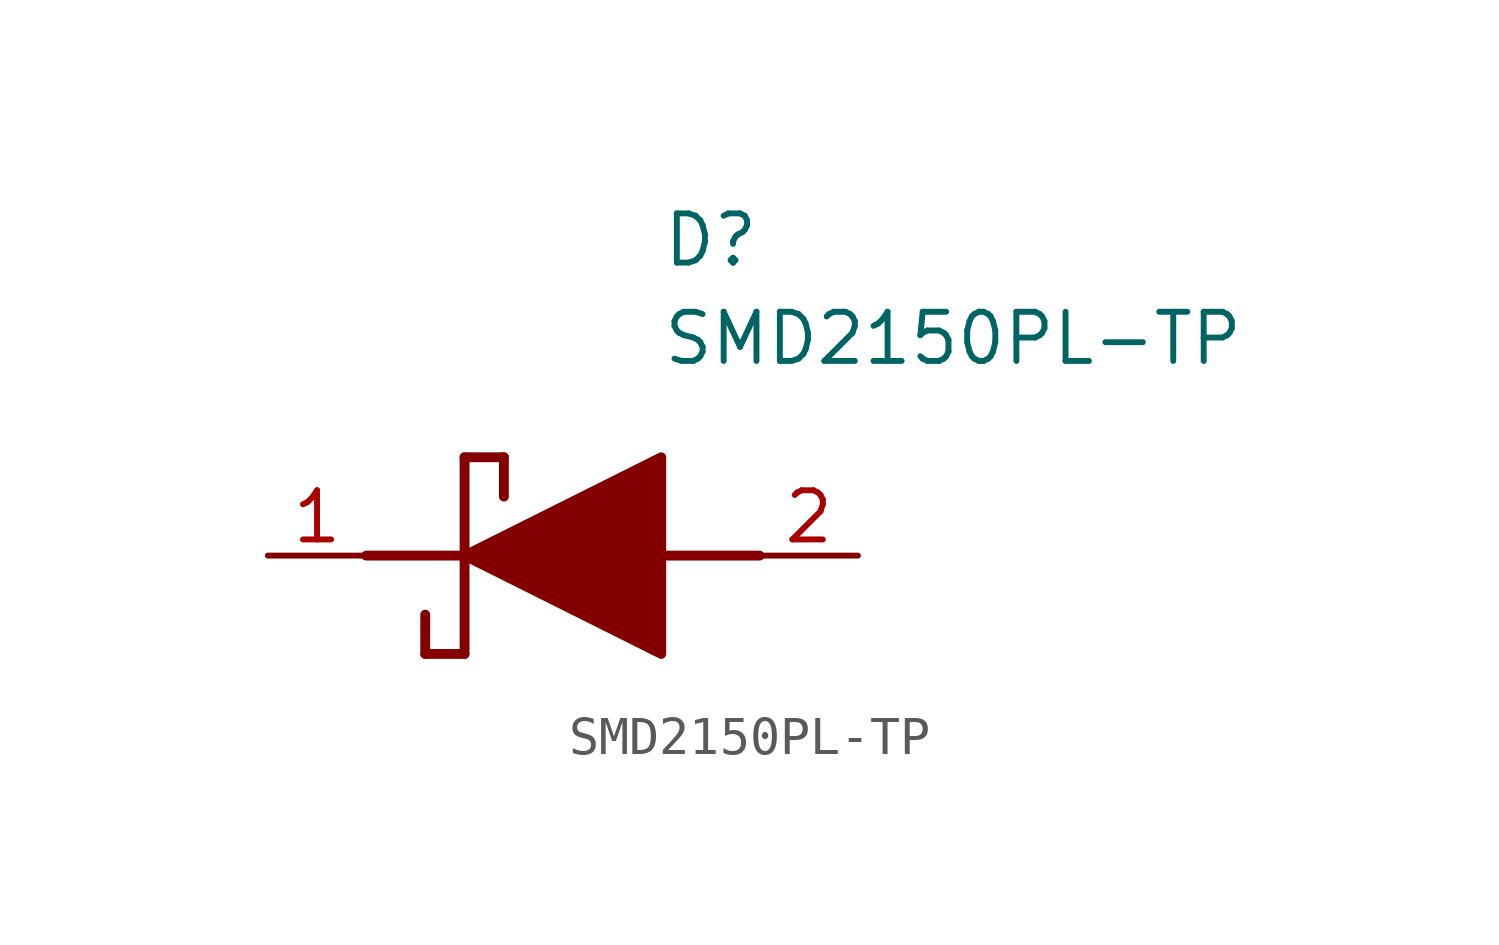
<source format=kicad_sym>
(kicad_symbol_lib
  (version 20211014)
  (generator SamacSys_ECAD_Model)
  (symbol "SMD2150PL-TP"
    (pin_names hide)
    (property "Reference" "D"
      (at 12.7 8.89 0)
      (effects (font (size 1.27 1.27)) (justify left top)))
    (property "Value" "SMD2150PL-TP"
      (at 12.7 6.35 0)
      (effects (font (size 1.27 1.27)) (justify left top)))
    (polyline
      (pts (xy 7.62 2.54) (xy 7.62 -2.54))
      (stroke (width 0.254) (type default))
      (fill (type none)))
    (polyline
      (pts (xy 7.62 2.54) (xy 8.636 2.54))
      (stroke (width 0.254) (type default))
      (fill (type none)))
    (polyline
      (pts (xy 8.636 1.524) (xy 8.636 2.54))
      (stroke (width 0.254) (type default))
      (fill (type none)))
    (polyline
      (pts (xy 7.62 -2.54) (xy 6.604 -2.54))
      (stroke (width 0.254) (type default))
      (fill (type none)))
    (polyline
      (pts (xy 6.604 -1.524) (xy 6.604 -2.54))
      (stroke (width 0.254) (type default))
      (fill (type none)))
    (polyline
      (pts (xy 5.08 0) (xy 7.62 0))
      (stroke (width 0.254) (type default))
      (fill (type none)))
    (polyline
      (pts (xy 12.7 0) (xy 15.24 0))
      (stroke (width 0.254) (type default))
      (fill (type none)))
    (polyline
      (pts (xy 7.62 0) (xy 12.7 2.54) (xy 12.7 -2.54) (xy 7.62 0))
      (stroke (width 0.254) (type default))
      (fill (type outline)))
    (pin passive line
      (at 2.54 0 0)
      (length 2.54)
      (name "K" (effects (font (size 1.27 1.27))))
      (number "1" (effects (font (size 1.27 1.27)))))
    (pin passive line
      (at 17.78 0 180)
      (length 2.54)
      (name "A" (effects (font (size 1.27 1.27))))
      (number "2" (effects (font (size 1.27 1.27)))))))
</source>
